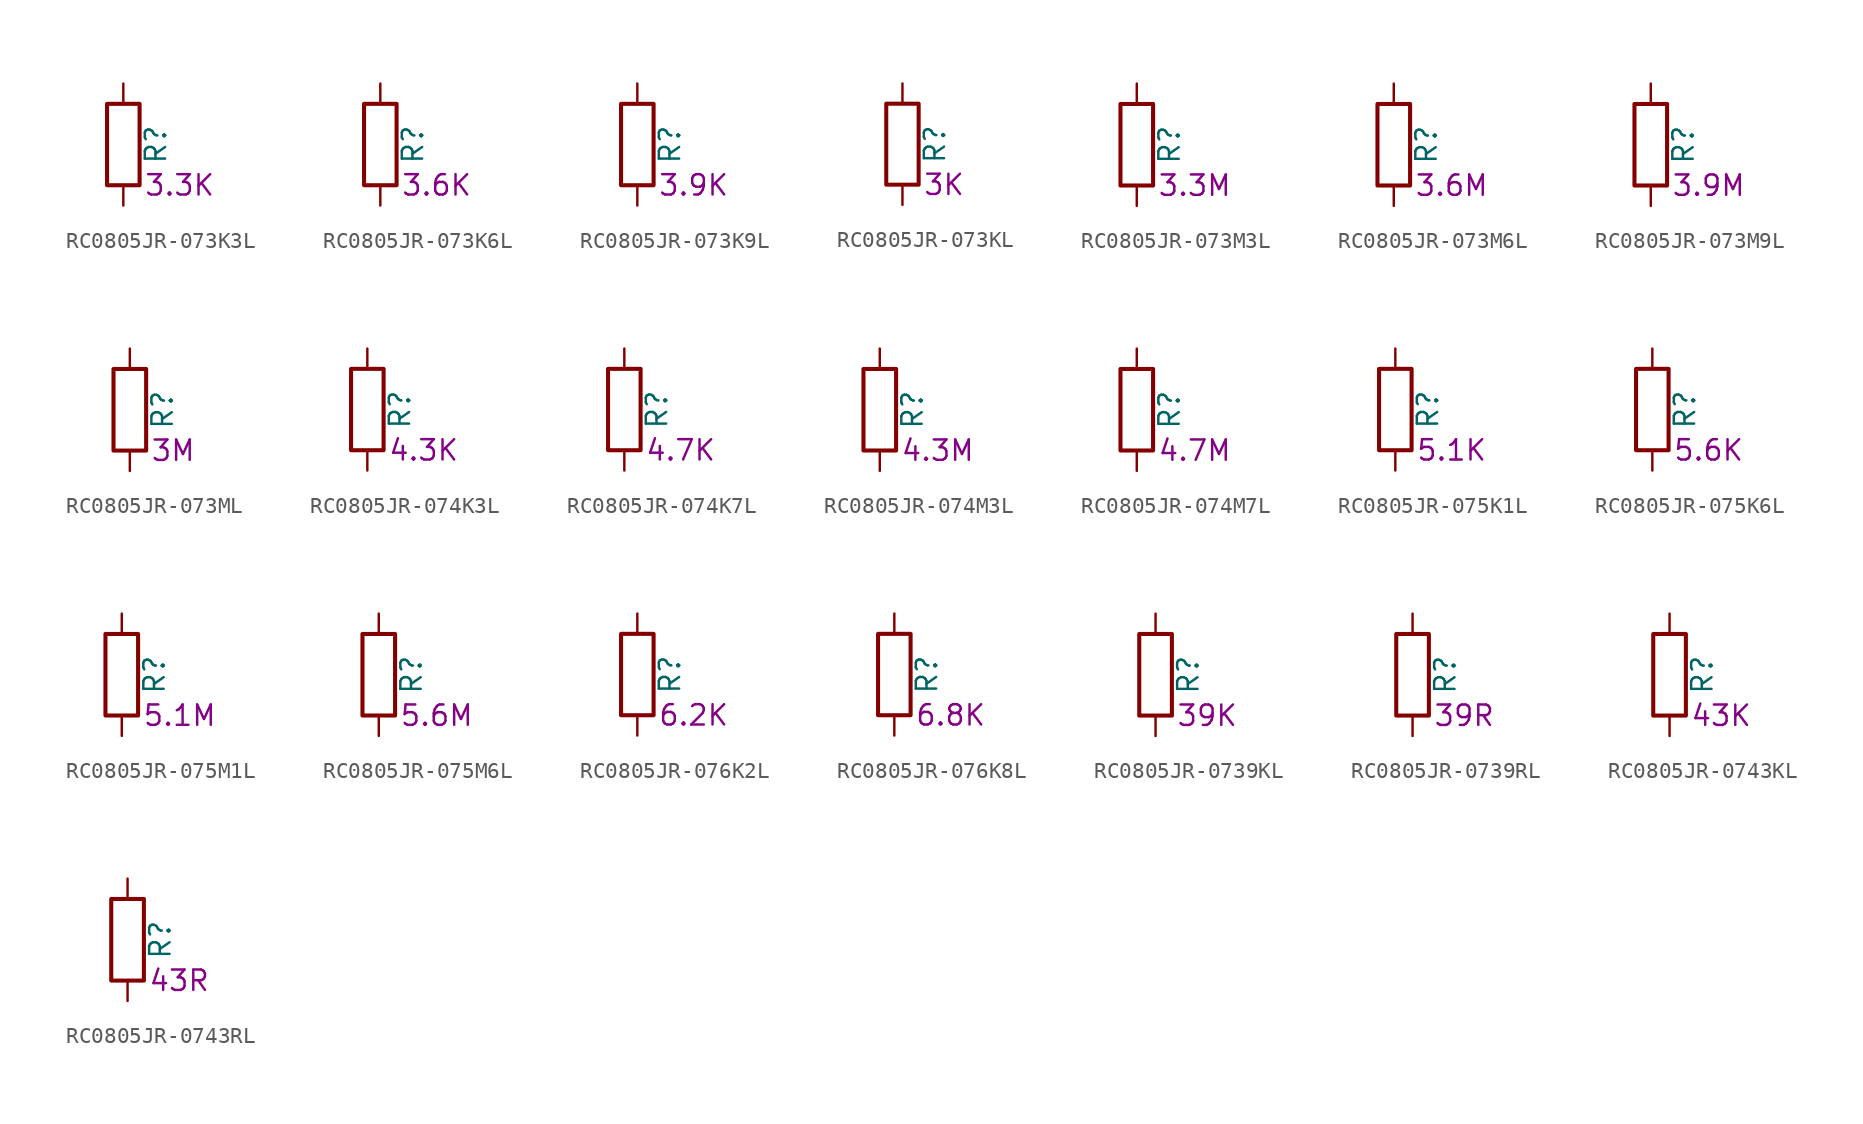
<source format=kicad_sym>
(kicad_symbol_lib
  (version 20220914)
  (generator kicad_symbol_editor)
  (symbol "RC0805JR-073K3L"
    (pin_numbers hide)
    (pin_names
      (offset 0))
    (property "Reference" "R"
      (at 2.032 0 90)
      (effects (font (size 1.27 1.27))))
    (property "Resistance" "3.3K"
      (at 1.27 -2.54 0)
      (effects (font (size 1.27 1.27)) (justify left)))
    (symbol "RC0805JR-073K3L_0_1"
      (rectangle (start -1.016 -2.54) (end 1.016 2.54) (stroke (width 0.254) (type default)) (fill (type none))))
    (symbol "RC0805JR-073K3L_1_1"
      (pin passive line (at 0 3.81 270) (length 1.27) (name "~" (effects (font (size 1.27 1.27)))) (number "1" (effects (font (size 1.27 1.27)))))
      (pin passive line (at 0 -3.81 90) (length 1.27) (name "~" (effects (font (size 1.27 1.27)))) (number "2" (effects (font (size 1.27 1.27)))))))
  (symbol "RC0805JR-073K6L"
    (pin_numbers hide)
    (pin_names
      (offset 0))
    (property "Reference" "R"
      (at 2.032 0 90)
      (effects (font (size 1.27 1.27))))
    (property "Resistance" "3.6K"
      (at 1.27 -2.54 0)
      (effects (font (size 1.27 1.27)) (justify left)))
    (symbol "RC0805JR-073K6L_0_1"
      (rectangle (start -1.016 -2.54) (end 1.016 2.54) (stroke (width 0.254) (type default)) (fill (type none))))
    (symbol "RC0805JR-073K6L_1_1"
      (pin passive line (at 0 3.81 270) (length 1.27) (name "~" (effects (font (size 1.27 1.27)))) (number "1" (effects (font (size 1.27 1.27)))))
      (pin passive line (at 0 -3.81 90) (length 1.27) (name "~" (effects (font (size 1.27 1.27)))) (number "2" (effects (font (size 1.27 1.27)))))))
  (symbol "RC0805JR-073K9L"
    (pin_numbers hide)
    (pin_names
      (offset 0))
    (property "Reference" "R"
      (at 2.032 0 90)
      (effects (font (size 1.27 1.27))))
    (property "Resistance" "3.9K"
      (at 1.27 -2.54 0)
      (effects (font (size 1.27 1.27)) (justify left)))
    (symbol "RC0805JR-073K9L_0_1"
      (rectangle (start -1.016 -2.54) (end 1.016 2.54) (stroke (width 0.254) (type default)) (fill (type none))))
    (symbol "RC0805JR-073K9L_1_1"
      (pin passive line (at 0 3.81 270) (length 1.27) (name "~" (effects (font (size 1.27 1.27)))) (number "1" (effects (font (size 1.27 1.27)))))
      (pin passive line (at 0 -3.81 90) (length 1.27) (name "~" (effects (font (size 1.27 1.27)))) (number "2" (effects (font (size 1.27 1.27)))))))
  (symbol "RC0805JR-073KL"
    (pin_numbers hide)
    (pin_names
      (offset 0))
    (property "Reference" "R"
      (at 2.032 0 90)
      (effects (font (size 1.27 1.27))))
    (property "Resistance" "3K"
      (at 1.27 -2.54 0)
      (effects (font (size 1.27 1.27)) (justify left)))
    (symbol "RC0805JR-073KL_0_1"
      (rectangle (start -1.016 -2.54) (end 1.016 2.54) (stroke (width 0.254) (type default)) (fill (type none))))
    (symbol "RC0805JR-073KL_1_1"
      (pin passive line (at 0 3.81 270) (length 1.27) (name "~" (effects (font (size 1.27 1.27)))) (number "1" (effects (font (size 1.27 1.27)))))
      (pin passive line (at 0 -3.81 90) (length 1.27) (name "~" (effects (font (size 1.27 1.27)))) (number "2" (effects (font (size 1.27 1.27)))))))
  (symbol "RC0805JR-073M3L"
    (pin_numbers hide)
    (pin_names
      (offset 0))
    (property "Reference" "R"
      (at 2.032 0 90)
      (effects (font (size 1.27 1.27))))
    (property "Resistance" "3.3M"
      (at 1.27 -2.54 0)
      (effects (font (size 1.27 1.27)) (justify left)))
    (symbol "RC0805JR-073M3L_0_1"
      (rectangle (start -1.016 -2.54) (end 1.016 2.54) (stroke (width 0.254) (type default)) (fill (type none))))
    (symbol "RC0805JR-073M3L_1_1"
      (pin passive line (at 0 3.81 270) (length 1.27) (name "~" (effects (font (size 1.27 1.27)))) (number "1" (effects (font (size 1.27 1.27)))))
      (pin passive line (at 0 -3.81 90) (length 1.27) (name "~" (effects (font (size 1.27 1.27)))) (number "2" (effects (font (size 1.27 1.27)))))))
  (symbol "RC0805JR-073M6L"
    (pin_numbers hide)
    (pin_names
      (offset 0))
    (property "Reference" "R"
      (at 2.032 0 90)
      (effects (font (size 1.27 1.27))))
    (property "Resistance" "3.6M"
      (at 1.27 -2.54 0)
      (effects (font (size 1.27 1.27)) (justify left)))
    (symbol "RC0805JR-073M6L_0_1"
      (rectangle (start -1.016 -2.54) (end 1.016 2.54) (stroke (width 0.254) (type default)) (fill (type none))))
    (symbol "RC0805JR-073M6L_1_1"
      (pin passive line (at 0 3.81 270) (length 1.27) (name "~" (effects (font (size 1.27 1.27)))) (number "1" (effects (font (size 1.27 1.27)))))
      (pin passive line (at 0 -3.81 90) (length 1.27) (name "~" (effects (font (size 1.27 1.27)))) (number "2" (effects (font (size 1.27 1.27)))))))
  (symbol "RC0805JR-073M9L"
    (pin_numbers hide)
    (pin_names
      (offset 0))
    (property "Reference" "R"
      (at 2.032 0 90)
      (effects (font (size 1.27 1.27))))
    (property "Resistance" "3.9M"
      (at 1.27 -2.54 0)
      (effects (font (size 1.27 1.27)) (justify left)))
    (symbol "RC0805JR-073M9L_0_1"
      (rectangle (start -1.016 -2.54) (end 1.016 2.54) (stroke (width 0.254) (type default)) (fill (type none))))
    (symbol "RC0805JR-073M9L_1_1"
      (pin passive line (at 0 3.81 270) (length 1.27) (name "~" (effects (font (size 1.27 1.27)))) (number "1" (effects (font (size 1.27 1.27)))))
      (pin passive line (at 0 -3.81 90) (length 1.27) (name "~" (effects (font (size 1.27 1.27)))) (number "2" (effects (font (size 1.27 1.27)))))))
  (symbol "RC0805JR-073ML"
    (pin_numbers hide)
    (pin_names
      (offset 0))
    (property "Reference" "R"
      (at 2.032 0 90)
      (effects (font (size 1.27 1.27))))
    (property "Resistance" "3M"
      (at 1.27 -2.54 0)
      (effects (font (size 1.27 1.27)) (justify left)))
    (symbol "RC0805JR-073ML_0_1"
      (rectangle (start -1.016 -2.54) (end 1.016 2.54) (stroke (width 0.254) (type default)) (fill (type none))))
    (symbol "RC0805JR-073ML_1_1"
      (pin passive line (at 0 3.81 270) (length 1.27) (name "~" (effects (font (size 1.27 1.27)))) (number "1" (effects (font (size 1.27 1.27)))))
      (pin passive line (at 0 -3.81 90) (length 1.27) (name "~" (effects (font (size 1.27 1.27)))) (number "2" (effects (font (size 1.27 1.27)))))))
  (symbol "RC0805JR-074K3L"
    (pin_numbers hide)
    (pin_names
      (offset 0))
    (property "Reference" "R"
      (at 2.032 0 90)
      (effects (font (size 1.27 1.27))))
    (property "Resistance" "4.3K"
      (at 1.27 -2.54 0)
      (effects (font (size 1.27 1.27)) (justify left)))
    (symbol "RC0805JR-074K3L_0_1"
      (rectangle (start -1.016 -2.54) (end 1.016 2.54) (stroke (width 0.254) (type default)) (fill (type none))))
    (symbol "RC0805JR-074K3L_1_1"
      (pin passive line (at 0 3.81 270) (length 1.27) (name "~" (effects (font (size 1.27 1.27)))) (number "1" (effects (font (size 1.27 1.27)))))
      (pin passive line (at 0 -3.81 90) (length 1.27) (name "~" (effects (font (size 1.27 1.27)))) (number "2" (effects (font (size 1.27 1.27)))))))
  (symbol "RC0805JR-074K7L"
    (pin_numbers hide)
    (pin_names
      (offset 0))
    (property "Reference" "R"
      (at 2.032 0 90)
      (effects (font (size 1.27 1.27))))
    (property "Resistance" "4.7K"
      (at 1.27 -2.54 0)
      (effects (font (size 1.27 1.27)) (justify left)))
    (symbol "RC0805JR-074K7L_0_1"
      (rectangle (start -1.016 -2.54) (end 1.016 2.54) (stroke (width 0.254) (type default)) (fill (type none))))
    (symbol "RC0805JR-074K7L_1_1"
      (pin passive line (at 0 3.81 270) (length 1.27) (name "~" (effects (font (size 1.27 1.27)))) (number "1" (effects (font (size 1.27 1.27)))))
      (pin passive line (at 0 -3.81 90) (length 1.27) (name "~" (effects (font (size 1.27 1.27)))) (number "2" (effects (font (size 1.27 1.27)))))))
  (symbol "RC0805JR-074M3L"
    (pin_numbers hide)
    (pin_names
      (offset 0))
    (property "Reference" "R"
      (at 2.032 0 90)
      (effects (font (size 1.27 1.27))))
    (property "Resistance" "4.3M"
      (at 1.27 -2.54 0)
      (effects (font (size 1.27 1.27)) (justify left)))
    (symbol "RC0805JR-074M3L_0_1"
      (rectangle (start -1.016 -2.54) (end 1.016 2.54) (stroke (width 0.254) (type default)) (fill (type none))))
    (symbol "RC0805JR-074M3L_1_1"
      (pin passive line (at 0 3.81 270) (length 1.27) (name "~" (effects (font (size 1.27 1.27)))) (number "1" (effects (font (size 1.27 1.27)))))
      (pin passive line (at 0 -3.81 90) (length 1.27) (name "~" (effects (font (size 1.27 1.27)))) (number "2" (effects (font (size 1.27 1.27)))))))
  (symbol "RC0805JR-074M7L"
    (pin_numbers hide)
    (pin_names
      (offset 0))
    (property "Reference" "R"
      (at 2.032 0 90)
      (effects (font (size 1.27 1.27))))
    (property "Resistance" "4.7M"
      (at 1.27 -2.54 0)
      (effects (font (size 1.27 1.27)) (justify left)))
    (symbol "RC0805JR-074M7L_0_1"
      (rectangle (start -1.016 -2.54) (end 1.016 2.54) (stroke (width 0.254) (type default)) (fill (type none))))
    (symbol "RC0805JR-074M7L_1_1"
      (pin passive line (at 0 3.81 270) (length 1.27) (name "~" (effects (font (size 1.27 1.27)))) (number "1" (effects (font (size 1.27 1.27)))))
      (pin passive line (at 0 -3.81 90) (length 1.27) (name "~" (effects (font (size 1.27 1.27)))) (number "2" (effects (font (size 1.27 1.27)))))))
  (symbol "RC0805JR-075K1L"
    (pin_numbers hide)
    (pin_names
      (offset 0))
    (property "Reference" "R"
      (at 2.032 0 90)
      (effects (font (size 1.27 1.27))))
    (property "Resistance" "5.1K"
      (at 1.27 -2.54 0)
      (effects (font (size 1.27 1.27)) (justify left)))
    (symbol "RC0805JR-075K1L_0_1"
      (rectangle (start -1.016 -2.54) (end 1.016 2.54) (stroke (width 0.254) (type default)) (fill (type none))))
    (symbol "RC0805JR-075K1L_1_1"
      (pin passive line (at 0 3.81 270) (length 1.27) (name "~" (effects (font (size 1.27 1.27)))) (number "1" (effects (font (size 1.27 1.27)))))
      (pin passive line (at 0 -3.81 90) (length 1.27) (name "~" (effects (font (size 1.27 1.27)))) (number "2" (effects (font (size 1.27 1.27)))))))
  (symbol "RC0805JR-075K6L"
    (pin_numbers hide)
    (pin_names
      (offset 0))
    (property "Reference" "R"
      (at 2.032 0 90)
      (effects (font (size 1.27 1.27))))
    (property "Resistance" "5.6K"
      (at 1.27 -2.54 0)
      (effects (font (size 1.27 1.27)) (justify left)))
    (symbol "RC0805JR-075K6L_0_1"
      (rectangle (start -1.016 -2.54) (end 1.016 2.54) (stroke (width 0.254) (type default)) (fill (type none))))
    (symbol "RC0805JR-075K6L_1_1"
      (pin passive line (at 0 3.81 270) (length 1.27) (name "~" (effects (font (size 1.27 1.27)))) (number "1" (effects (font (size 1.27 1.27)))))
      (pin passive line (at 0 -3.81 90) (length 1.27) (name "~" (effects (font (size 1.27 1.27)))) (number "2" (effects (font (size 1.27 1.27)))))))
  (symbol "RC0805JR-075M1L"
    (pin_numbers hide)
    (pin_names
      (offset 0))
    (property "Reference" "R"
      (at 2.032 0 90)
      (effects (font (size 1.27 1.27))))
    (property "Resistance" "5.1M"
      (at 1.27 -2.54 0)
      (effects (font (size 1.27 1.27)) (justify left)))
    (symbol "RC0805JR-075M1L_0_1"
      (rectangle (start -1.016 -2.54) (end 1.016 2.54) (stroke (width 0.254) (type default)) (fill (type none))))
    (symbol "RC0805JR-075M1L_1_1"
      (pin passive line (at 0 3.81 270) (length 1.27) (name "~" (effects (font (size 1.27 1.27)))) (number "1" (effects (font (size 1.27 1.27)))))
      (pin passive line (at 0 -3.81 90) (length 1.27) (name "~" (effects (font (size 1.27 1.27)))) (number "2" (effects (font (size 1.27 1.27)))))))
  (symbol "RC0805JR-075M6L"
    (pin_numbers hide)
    (pin_names
      (offset 0))
    (property "Reference" "R"
      (at 2.032 0 90)
      (effects (font (size 1.27 1.27))))
    (property "Resistance" "5.6M"
      (at 1.27 -2.54 0)
      (effects (font (size 1.27 1.27)) (justify left)))
    (symbol "RC0805JR-075M6L_0_1"
      (rectangle (start -1.016 -2.54) (end 1.016 2.54) (stroke (width 0.254) (type default)) (fill (type none))))
    (symbol "RC0805JR-075M6L_1_1"
      (pin passive line (at 0 3.81 270) (length 1.27) (name "~" (effects (font (size 1.27 1.27)))) (number "1" (effects (font (size 1.27 1.27)))))
      (pin passive line (at 0 -3.81 90) (length 1.27) (name "~" (effects (font (size 1.27 1.27)))) (number "2" (effects (font (size 1.27 1.27)))))))
  (symbol "RC0805JR-076K2L"
    (pin_numbers hide)
    (pin_names
      (offset 0))
    (property "Reference" "R"
      (at 2.032 0 90)
      (effects (font (size 1.27 1.27))))
    (property "Resistance" "6.2K"
      (at 1.27 -2.54 0)
      (effects (font (size 1.27 1.27)) (justify left)))
    (symbol "RC0805JR-076K2L_0_1"
      (rectangle (start -1.016 -2.54) (end 1.016 2.54) (stroke (width 0.254) (type default)) (fill (type none))))
    (symbol "RC0805JR-076K2L_1_1"
      (pin passive line (at 0 3.81 270) (length 1.27) (name "~" (effects (font (size 1.27 1.27)))) (number "1" (effects (font (size 1.27 1.27)))))
      (pin passive line (at 0 -3.81 90) (length 1.27) (name "~" (effects (font (size 1.27 1.27)))) (number "2" (effects (font (size 1.27 1.27)))))))
  (symbol "RC0805JR-076K8L"
    (pin_numbers hide)
    (pin_names
      (offset 0))
    (property "Reference" "R"
      (at 2.032 0 90)
      (effects (font (size 1.27 1.27))))
    (property "Resistance" "6.8K"
      (at 1.27 -2.54 0)
      (effects (font (size 1.27 1.27)) (justify left)))
    (symbol "RC0805JR-076K8L_0_1"
      (rectangle (start -1.016 -2.54) (end 1.016 2.54) (stroke (width 0.254) (type default)) (fill (type none))))
    (symbol "RC0805JR-076K8L_1_1"
      (pin passive line (at 0 3.81 270) (length 1.27) (name "~" (effects (font (size 1.27 1.27)))) (number "1" (effects (font (size 1.27 1.27)))))
      (pin passive line (at 0 -3.81 90) (length 1.27) (name "~" (effects (font (size 1.27 1.27)))) (number "2" (effects (font (size 1.27 1.27)))))))
  (symbol "RC0805JR-0739KL"
    (pin_numbers hide)
    (pin_names
      (offset 0))
    (property "Reference" "R"
      (at 2.032 0 90)
      (effects (font (size 1.27 1.27))))
    (property "Resistance" "39K"
      (at 1.27 -2.54 0)
      (effects (font (size 1.27 1.27)) (justify left)))
    (symbol "RC0805JR-0739KL_0_1"
      (rectangle (start -1.016 -2.54) (end 1.016 2.54) (stroke (width 0.254) (type default)) (fill (type none))))
    (symbol "RC0805JR-0739KL_1_1"
      (pin passive line (at 0 3.81 270) (length 1.27) (name "~" (effects (font (size 1.27 1.27)))) (number "1" (effects (font (size 1.27 1.27)))))
      (pin passive line (at 0 -3.81 90) (length 1.27) (name "~" (effects (font (size 1.27 1.27)))) (number "2" (effects (font (size 1.27 1.27)))))))
  (symbol "RC0805JR-0739RL"
    (pin_numbers hide)
    (pin_names
      (offset 0))
    (property "Reference" "R"
      (at 2.032 0 90)
      (effects (font (size 1.27 1.27))))
    (property "Resistance" "39R"
      (at 1.27 -2.54 0)
      (effects (font (size 1.27 1.27)) (justify left)))
    (symbol "RC0805JR-0739RL_0_1"
      (rectangle (start -1.016 -2.54) (end 1.016 2.54) (stroke (width 0.254) (type default)) (fill (type none))))
    (symbol "RC0805JR-0739RL_1_1"
      (pin passive line (at 0 3.81 270) (length 1.27) (name "~" (effects (font (size 1.27 1.27)))) (number "1" (effects (font (size 1.27 1.27)))))
      (pin passive line (at 0 -3.81 90) (length 1.27) (name "~" (effects (font (size 1.27 1.27)))) (number "2" (effects (font (size 1.27 1.27)))))))
  (symbol "RC0805JR-0743KL"
    (pin_numbers hide)
    (pin_names
      (offset 0))
    (property "Reference" "R"
      (at 2.032 0 90)
      (effects (font (size 1.27 1.27))))
    (property "Resistance" "43K"
      (at 1.27 -2.54 0)
      (effects (font (size 1.27 1.27)) (justify left)))
    (symbol "RC0805JR-0743KL_0_1"
      (rectangle (start -1.016 -2.54) (end 1.016 2.54) (stroke (width 0.254) (type default)) (fill (type none))))
    (symbol "RC0805JR-0743KL_1_1"
      (pin passive line (at 0 3.81 270) (length 1.27) (name "~" (effects (font (size 1.27 1.27)))) (number "1" (effects (font (size 1.27 1.27)))))
      (pin passive line (at 0 -3.81 90) (length 1.27) (name "~" (effects (font (size 1.27 1.27)))) (number "2" (effects (font (size 1.27 1.27)))))))
  (symbol "RC0805JR-0743RL"
    (pin_numbers hide)
    (pin_names
      (offset 0))
    (property "Reference" "R"
      (at 2.032 0 90)
      (effects (font (size 1.27 1.27))))
    (property "Resistance" "43R"
      (at 1.27 -2.54 0)
      (effects (font (size 1.27 1.27)) (justify left)))
    (symbol "RC0805JR-0743RL_0_1"
      (rectangle (start -1.016 -2.54) (end 1.016 2.54) (stroke (width 0.254) (type default)) (fill (type none))))
    (symbol "RC0805JR-0743RL_1_1"
      (pin passive line (at 0 3.81 270) (length 1.27) (name "~" (effects (font (size 1.27 1.27)))) (number "1" (effects (font (size 1.27 1.27)))))
      (pin passive line (at 0 -3.81 90) (length 1.27) (name "~" (effects (font (size 1.27 1.27)))) (number "2" (effects (font (size 1.27 1.27))))))))
</source>
